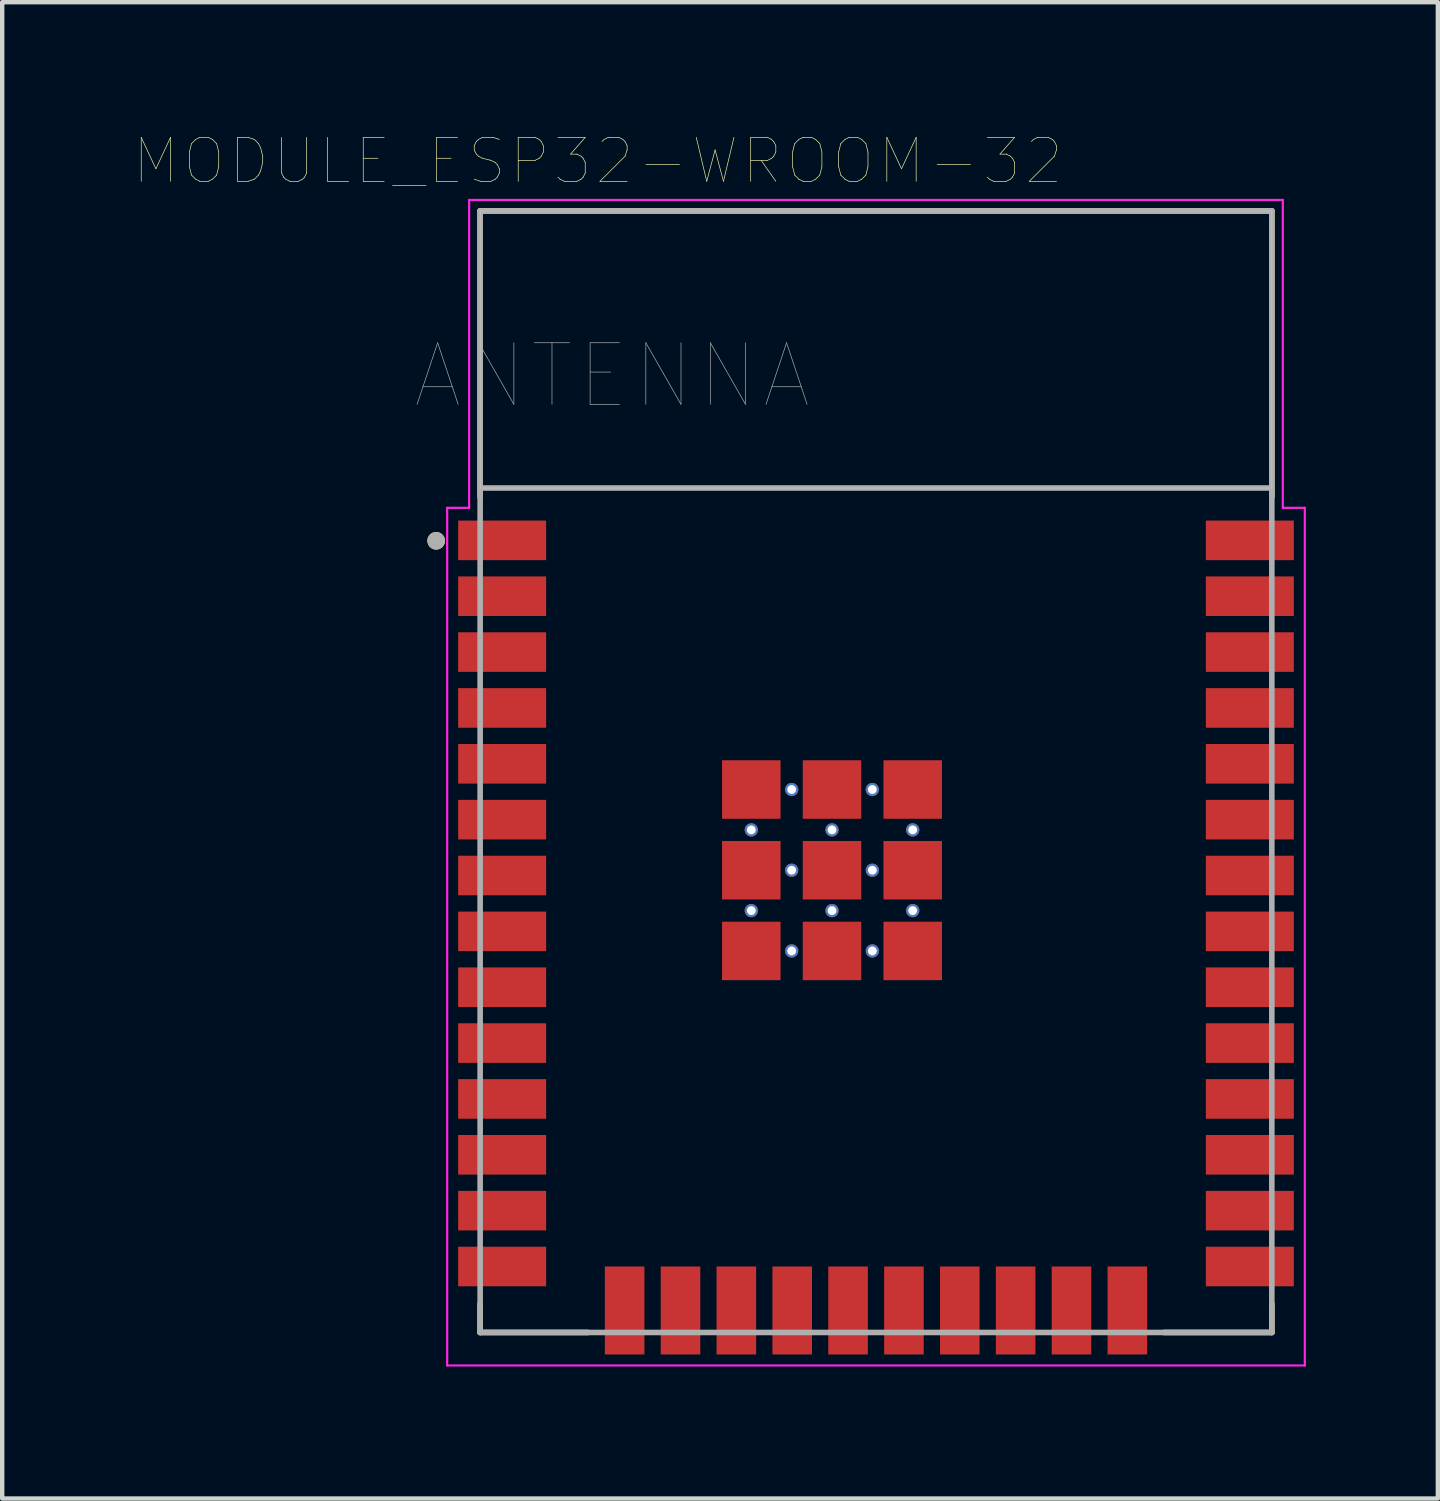
<source format=kicad_pcb>
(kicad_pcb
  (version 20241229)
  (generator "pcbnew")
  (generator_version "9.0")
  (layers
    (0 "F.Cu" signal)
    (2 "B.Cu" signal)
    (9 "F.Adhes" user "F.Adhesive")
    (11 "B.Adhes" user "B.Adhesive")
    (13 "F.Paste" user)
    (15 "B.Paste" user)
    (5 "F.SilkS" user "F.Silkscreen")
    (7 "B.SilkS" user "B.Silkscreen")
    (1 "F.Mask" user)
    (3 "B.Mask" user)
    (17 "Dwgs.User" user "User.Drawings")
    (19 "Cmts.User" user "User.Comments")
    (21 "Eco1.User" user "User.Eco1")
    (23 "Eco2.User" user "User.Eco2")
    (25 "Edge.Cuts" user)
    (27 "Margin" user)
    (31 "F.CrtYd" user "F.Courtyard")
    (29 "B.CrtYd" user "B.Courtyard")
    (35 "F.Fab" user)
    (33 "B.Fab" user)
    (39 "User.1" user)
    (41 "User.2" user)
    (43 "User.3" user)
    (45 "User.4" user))
  (footprint "MODULE_ESP32-WROOM-32"
    (layer "F.Cu")
    (at 16.867 14.496)
    (property "Reference" "MODULE_ESP32-WROOM-32" (at -6.325 -13.885 0) (layer "F.SilkS") (effects (font (size 1 1) (thickness 0.015))))
    (attr through_hole)
    (fp_line (start -9 -12.75) (end 9 -12.75) (stroke (width 0.127) (type solid)) (layer "F.SilkS"))
    (fp_line (start -9 -6.25) (end -9 -12.75) (stroke (width 0.127) (type solid)) (layer "F.SilkS"))
    (fp_line (start -9 12.1) (end -9 12.75) (stroke (width 0.127) (type solid)) (layer "F.SilkS"))
    (fp_line (start -9 12.75) (end -6.55 12.75) (stroke (width 0.127) (type solid)) (layer "F.SilkS"))
    (fp_line (start 6.55 12.75) (end 9 12.75) (stroke (width 0.127) (type solid)) (layer "F.SilkS"))
    (fp_line (start 9 -12.75) (end 9 -6.25) (stroke (width 0.127) (type solid)) (layer "F.SilkS"))
    (fp_line (start 9 12.75) (end 9 12.1) (stroke (width 0.127) (type solid)) (layer "F.SilkS"))
    (fp_circle (center -10 -5.25) (end -9.9 -5.25) (stroke (width 0.2) (type solid)) (fill no) (layer "F.SilkS"))
    (fp_poly (pts (xy -9 -12.75) (xy 9 -12.75) (xy 9 -6.45) (xy -9 -6.45)) (stroke (width 0.01) (type solid)) (fill no) (layer "Dwgs.User"))
    (fp_poly (pts (xy -9 -12.75) (xy 9 -12.75) (xy 9 -6.45) (xy -9 -6.45)) (stroke (width 0.01) (type solid)) (fill no) (layer "Dwgs.User"))
    (fp_line (start -9.75 -6) (end -9.25 -6) (stroke (width 0.05) (type solid)) (layer "F.CrtYd"))
    (fp_line (start -9.75 13.5) (end -9.75 -6) (stroke (width 0.05) (type solid)) (layer "F.CrtYd"))
    (fp_line (start -9.25 -13) (end 9.25 -13) (stroke (width 0.05) (type solid)) (layer "F.CrtYd"))
    (fp_line (start -9.25 -6) (end -9.25 -13) (stroke (width 0.05) (type solid)) (layer "F.CrtYd"))
    (fp_line (start 9.25 -13) (end 9.25 -6) (stroke (width 0.05) (type solid)) (layer "F.CrtYd"))
    (fp_line (start 9.25 -6) (end 9.75 -6) (stroke (width 0.05) (type solid)) (layer "F.CrtYd"))
    (fp_line (start 9.75 -6) (end 9.75 13.5) (stroke (width 0.05) (type solid)) (layer "F.CrtYd"))
    (fp_line (start 9.75 13.5) (end -9.75 13.5) (stroke (width 0.05) (type solid)) (layer "F.CrtYd"))
    (fp_line (start -9 -12.75) (end -9 -6.45) (stroke (width 0.127) (type solid)) (layer "F.Fab"))
    (fp_line (start -9 -12.75) (end 9 -12.75) (stroke (width 0.127) (type solid)) (layer "F.Fab"))
    (fp_line (start -9 -6.45) (end 9 -6.45) (stroke (width 0.127) (type solid)) (layer "F.Fab"))
    (fp_line (start -9 12.75) (end -9 -6.45) (stroke (width 0.127) (type solid)) (layer "F.Fab"))
    (fp_line (start 9 -12.75) (end 9 -6.45) (stroke (width 0.127) (type solid)) (layer "F.Fab"))
    (fp_line (start 9 -6.45) (end 9 12.75) (stroke (width 0.127) (type solid)) (layer "F.Fab"))
    (fp_line (start 9 12.75) (end -9 12.75) (stroke (width 0.127) (type solid)) (layer "F.Fab"))
    (fp_circle (center -10 -5.25) (end -9.9 -5.25) (stroke (width 0.2) (type solid)) (fill no) (layer "F.Fab"))
    (fp_text user "ANTENNA" (at -6 -9 0) (layer "F.Fab") (effects (font (size 1.4 1.4) (thickness 0.015))))
    (pad "1" smd rect (at -8.5 -5.26) (size 2 0.9) (layers "F.Cu" "F.Mask" "F.Paste"))
    (pad "2" smd rect (at -8.5 -3.99) (size 2 0.9) (layers "F.Cu" "F.Mask" "F.Paste"))
    (pad "3" smd rect (at -8.5 -2.72) (size 2 0.9) (layers "F.Cu" "F.Mask" "F.Paste"))
    (pad "4" smd rect (at -8.5 -1.45) (size 2 0.9) (layers "F.Cu" "F.Mask" "F.Paste"))
    (pad "5" smd rect (at -8.5 -0.18) (size 2 0.9) (layers "F.Cu" "F.Mask" "F.Paste"))
    (pad "6" smd rect (at -8.5 1.09) (size 2 0.9) (layers "F.Cu" "F.Mask" "F.Paste"))
    (pad "7" smd rect (at -8.5 2.36) (size 2 0.9) (layers "F.Cu" "F.Mask" "F.Paste"))
    (pad "8" smd rect (at -8.5 3.63) (size 2 0.9) (layers "F.Cu" "F.Mask" "F.Paste"))
    (pad "9" smd rect (at -8.5 4.9) (size 2 0.9) (layers "F.Cu" "F.Mask" "F.Paste"))
    (pad "10" smd rect (at -8.5 6.17) (size 2 0.9) (layers "F.Cu" "F.Mask" "F.Paste"))
    (pad "11" smd rect (at -8.5 7.44) (size 2 0.9) (layers "F.Cu" "F.Mask" "F.Paste"))
    (pad "12" smd rect (at -8.5 8.71) (size 2 0.9) (layers "F.Cu" "F.Mask" "F.Paste"))
    (pad "13" smd rect (at -8.5 9.98) (size 2 0.9) (layers "F.Cu" "F.Mask" "F.Paste"))
    (pad "14" smd rect (at -8.5 11.25) (size 2 0.9) (layers "F.Cu" "F.Mask" "F.Paste"))
    (pad "15" smd rect (at -5.715 12.25) (size 0.9 2) (layers "F.Cu" "F.Mask" "F.Paste"))
    (pad "16" smd rect (at -4.445 12.25) (size 0.9 2) (layers "F.Cu" "F.Mask" "F.Paste"))
    (pad "17" smd rect (at -3.175 12.25) (size 0.9 2) (layers "F.Cu" "F.Mask" "F.Paste"))
    (pad "18" smd rect (at -1.905 12.25) (size 0.9 2) (layers "F.Cu" "F.Mask" "F.Paste"))
    (pad "19" smd rect (at -0.635 12.25) (size 0.9 2) (layers "F.Cu" "F.Mask" "F.Paste"))
    (pad "20" smd rect (at 0.635 12.25) (size 0.9 2) (layers "F.Cu" "F.Mask" "F.Paste"))
    (pad "21" smd rect (at 1.905 12.25) (size 0.9 2) (layers "F.Cu" "F.Mask" "F.Paste"))
    (pad "22" smd rect (at 3.175 12.25) (size 0.9 2) (layers "F.Cu" "F.Mask" "F.Paste"))
    (pad "23" smd rect (at 4.445 12.25) (size 0.9 2) (layers "F.Cu" "F.Mask" "F.Paste"))
    (pad "24" smd rect (at 5.715 12.25) (size 0.9 2) (layers "F.Cu" "F.Mask" "F.Paste"))
    (pad "25" smd rect (at 8.5 11.25) (size 2 0.9) (layers "F.Cu" "F.Mask" "F.Paste"))
    (pad "26" smd rect (at 8.5 9.98) (size 2 0.9) (layers "F.Cu" "F.Mask" "F.Paste"))
    (pad "27" smd rect (at 8.5 8.71) (size 2 0.9) (layers "F.Cu" "F.Mask" "F.Paste"))
    (pad "28" smd rect (at 8.5 7.44) (size 2 0.9) (layers "F.Cu" "F.Mask" "F.Paste"))
    (pad "29" smd rect (at 8.5 6.17) (size 2 0.9) (layers "F.Cu" "F.Mask" "F.Paste"))
    (pad "30" smd rect (at 8.5 4.9) (size 2 0.9) (layers "F.Cu" "F.Mask" "F.Paste"))
    (pad "31" smd rect (at 8.5 3.63) (size 2 0.9) (layers "F.Cu" "F.Mask" "F.Paste"))
    (pad "32" smd rect (at 8.5 2.36) (size 2 0.9) (layers "F.Cu" "F.Mask" "F.Paste"))
    (pad "33" smd rect (at 8.5 1.09) (size 2 0.9) (layers "F.Cu" "F.Mask" "F.Paste"))
    (pad "34" smd rect (at 8.5 -0.18) (size 2 0.9) (layers "F.Cu" "F.Mask" "F.Paste"))
    (pad "35" smd rect (at 8.5 -1.45) (size 2 0.9) (layers "F.Cu" "F.Mask" "F.Paste"))
    (pad "36" smd rect (at 8.5 -2.72) (size 2 0.9) (layers "F.Cu" "F.Mask" "F.Paste"))
    (pad "37" smd rect (at 8.5 -3.99) (size 2 0.9) (layers "F.Cu" "F.Mask" "F.Paste"))
    (pad "38" smd rect (at 8.5 -5.26) (size 2 0.9) (layers "F.Cu" "F.Mask" "F.Paste"))
    (pad "39_1" smd rect (at -2.835 0.405) (size 1.33 1.33) (layers "F.Cu" "F.Mask" "F.Paste"))
    (pad "39_2" smd rect (at -1 0.405) (size 1.33 1.33) (layers "F.Cu" "F.Mask" "F.Paste"))
    (pad "39_3" smd rect (at 0.835 0.405) (size 1.33 1.33) (layers "F.Cu" "F.Mask" "F.Paste"))
    (pad "39_4" smd rect (at -2.835 2.24) (size 1.33 1.33) (layers "F.Cu" "F.Mask" "F.Paste"))
    (pad "39_5" smd rect (at -1 2.24) (size 1.33 1.33) (layers "F.Cu" "F.Mask" "F.Paste"))
    (pad "39_6" smd rect (at 0.835 2.24) (size 1.33 1.33) (layers "F.Cu" "F.Mask" "F.Paste"))
    (pad "39_7" smd rect (at -2.835 4.075) (size 1.33 1.33) (layers "F.Cu" "F.Mask" "F.Paste"))
    (pad "39_8" smd rect (at -1 4.075) (size 1.33 1.33) (layers "F.Cu" "F.Mask" "F.Paste"))
    (pad "39_9" smd rect (at 0.835 4.075) (size 1.33 1.33) (layers "F.Cu" "F.Mask" "F.Paste"))
    (pad "39_10" thru_hole circle (at -1.917 0.405) (size 0.3 0.3) (drill 0.2) (layers "*.Cu" "*.Mask"))
    (pad "39_11" thru_hole circle (at -0.083 0.405) (size 0.3 0.3) (drill 0.2) (layers "*.Cu" "*.Mask"))
    (pad "39_12" thru_hole circle (at -2.835 1.323) (size 0.3 0.3) (drill 0.2) (layers "*.Cu" "*.Mask"))
    (pad "39_13" thru_hole circle (at -1 1.323) (size 0.3 0.3) (drill 0.2) (layers "*.Cu" "*.Mask"))
    (pad "39_14" thru_hole circle (at 0.835 1.323) (size 0.3 0.3) (drill 0.2) (layers "*.Cu" "*.Mask"))
    (pad "39_15" thru_hole circle (at -1.917 2.24) (size 0.3 0.3) (drill 0.2) (layers "*.Cu" "*.Mask"))
    (pad "39_16" thru_hole circle (at -0.083 2.24) (size 0.3 0.3) (drill 0.2) (layers "*.Cu" "*.Mask"))
    (pad "39_17" thru_hole circle (at -2.835 3.158) (size 0.3 0.3) (drill 0.2) (layers "*.Cu" "*.Mask"))
    (pad "39_18" thru_hole circle (at -1 3.158) (size 0.3 0.3) (drill 0.2) (layers "*.Cu" "*.Mask"))
    (pad "39_19" thru_hole circle (at 0.835 3.158) (size 0.3 0.3) (drill 0.2) (layers "*.Cu" "*.Mask"))
    (pad "39_20" thru_hole circle (at -1.917 4.075) (size 0.3 0.3) (drill 0.2) (layers "*.Cu" "*.Mask"))
    (pad "39_21" thru_hole circle (at -0.083 4.075) (size 0.3 0.3) (drill 0.2) (layers "*.Cu" "*.Mask")))
  (gr_rect
    (start -3 -3)
    (end 29.642 31.021)
    (stroke (width 0.1) (type default))
    (fill no)
    (layer "Edge.Cuts")))
</source>
